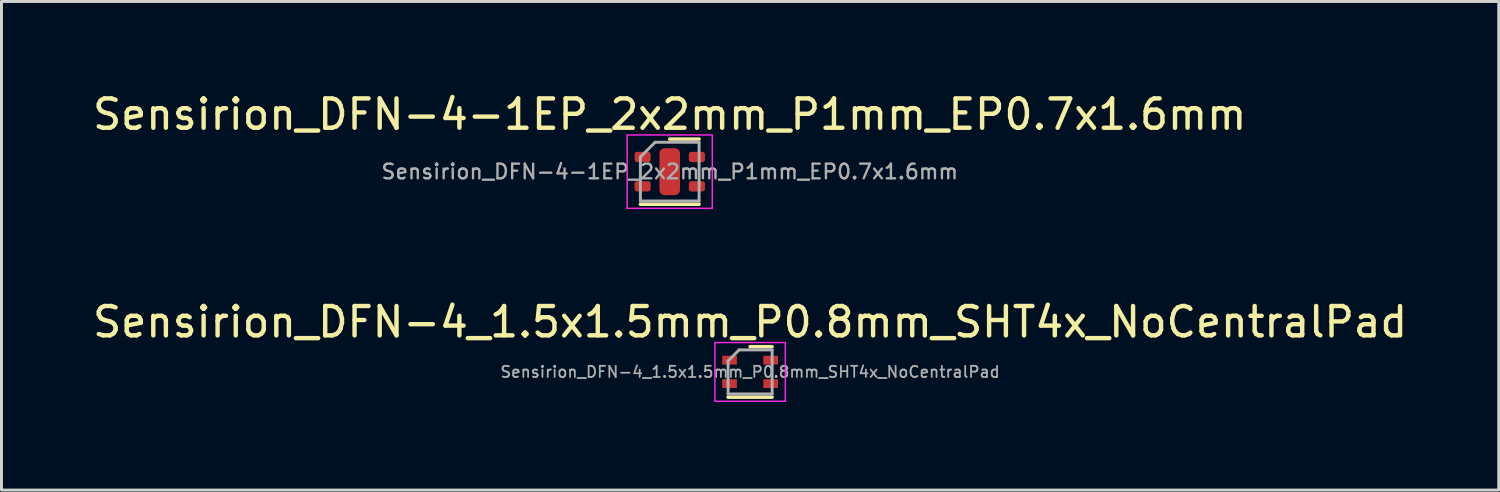
<source format=kicad_pcb>
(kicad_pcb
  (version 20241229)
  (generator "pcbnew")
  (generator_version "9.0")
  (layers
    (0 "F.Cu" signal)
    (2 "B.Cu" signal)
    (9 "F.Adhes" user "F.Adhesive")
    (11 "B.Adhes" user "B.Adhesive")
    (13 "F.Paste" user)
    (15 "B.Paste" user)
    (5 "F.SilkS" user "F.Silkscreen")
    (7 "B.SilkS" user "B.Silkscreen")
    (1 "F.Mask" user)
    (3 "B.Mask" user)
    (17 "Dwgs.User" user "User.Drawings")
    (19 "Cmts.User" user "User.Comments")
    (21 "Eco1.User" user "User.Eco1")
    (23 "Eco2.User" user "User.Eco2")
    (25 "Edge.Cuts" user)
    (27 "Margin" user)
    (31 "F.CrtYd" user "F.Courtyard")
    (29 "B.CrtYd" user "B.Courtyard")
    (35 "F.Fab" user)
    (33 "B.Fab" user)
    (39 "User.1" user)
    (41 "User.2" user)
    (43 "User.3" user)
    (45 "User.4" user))
  (footprint "Sensirion_DFN-4-1EP_2x2mm_P1mm_EP0.7x1.6mm"
    (layer "F.Cu")
    (at 19.768 2.798)
    (property "Reference" "Sensirion_DFN-4-1EP_2x2mm_P1mm_EP0.7x1.6mm" (at 0 -1.95 0) (layer "F.SilkS") (effects (font (size 1 1) (thickness 0.15))))
    (attr smd)
    (fp_line (start -1 1.11) (end 1 1.11) (stroke (width 0.12) (type solid)) (layer "F.SilkS"))
    (fp_line (start 0 -1.11) (end 1 -1.11) (stroke (width 0.12) (type solid)) (layer "F.SilkS"))
    (fp_line (start -1.45 -1.25) (end -1.45 1.25) (stroke (width 0.05) (type solid)) (layer "F.CrtYd"))
    (fp_line (start -1.45 1.25) (end 1.45 1.25) (stroke (width 0.05) (type solid)) (layer "F.CrtYd"))
    (fp_line (start 1.45 -1.25) (end -1.45 -1.25) (stroke (width 0.05) (type solid)) (layer "F.CrtYd"))
    (fp_line (start 1.45 1.25) (end 1.45 -1.25) (stroke (width 0.05) (type solid)) (layer "F.CrtYd"))
    (fp_line (start -1 -0.5) (end -0.5 -1) (stroke (width 0.1) (type solid)) (layer "F.Fab"))
    (fp_line (start -1 1) (end -1 -0.5) (stroke (width 0.1) (type solid)) (layer "F.Fab"))
    (fp_line (start -0.5 -1) (end 1 -1) (stroke (width 0.1) (type solid)) (layer "F.Fab"))
    (fp_line (start 1 -1) (end 1 1) (stroke (width 0.1) (type solid)) (layer "F.Fab"))
    (fp_line (start 1 1) (end -1 1) (stroke (width 0.1) (type solid)) (layer "F.Fab"))
    (fp_text user "${REFERENCE}" (at 0 0 0) (layer "F.Fab") (effects (font (size 0.5 0.5) (thickness 0.08))))
    (pad "" smd roundrect (at -1.025 -0.5) (size 0.55 0.35) (layers "F.Paste") (roundrect_rratio 0.25))
    (pad "" smd roundrect (at -1.025 0.5) (size 0.55 0.35) (layers "F.Paste") (roundrect_rratio 0.25))
    (pad "" smd roundrect (at 0 0) (size 0.5 1.4) (layers "F.Paste") (roundrect_rratio 0.25))
    (pad "" smd roundrect (at 1.025 -0.5 180) (size 0.55 0.35) (layers "F.Paste") (roundrect_rratio 0.25))
    (pad "" smd roundrect (at 1.025 0.5 180) (size 0.55 0.35) (layers "F.Paste") (roundrect_rratio 0.25))
    (pad "1" smd roundrect (at -0.925 -0.5) (size 0.55 0.35) (layers "F.Cu" "F.Mask") (roundrect_rratio 0.25))
    (pad "2" smd roundrect (at -0.925 0.5) (size 0.55 0.35) (layers "F.Cu" "F.Mask") (roundrect_rratio 0.25))
    (pad "3" smd roundrect (at 0.925 0.5) (size 0.55 0.35) (layers "F.Cu" "F.Mask") (roundrect_rratio 0.25))
    (pad "4" smd roundrect (at 0.925 -0.5) (size 0.55 0.35) (layers "F.Cu" "F.Mask") (roundrect_rratio 0.25))
    (pad "5" smd roundrect (at 0 0) (size 0.7 1.6) (layers "F.Cu" "F.Mask") (roundrect_rratio 0.25)))
  (footprint "Sensirion_DFN-4_1.5x1.5mm_P0.8mm_SHT4x_NoCentralPad"
    (layer "F.Cu")
    (at 22.506 9.621)
    (property "Reference" "Sensirion_DFN-4_1.5x1.5mm_P0.8mm_SHT4x_NoCentralPad" (at 0 -1.7 0) (layer "F.SilkS") (effects (font (size 1 1) (thickness 0.15))))
    (attr smd)
    (fp_line (start -0.75 0.86) (end 0.75 0.86) (stroke (width 0.12) (type solid)) (layer "F.SilkS"))
    (fp_line (start 0 -0.86) (end 0.75 -0.86) (stroke (width 0.12) (type solid)) (layer "F.SilkS"))
    (fp_line (start -1.2 -1) (end -1.2 1) (stroke (width 0.05) (type solid)) (layer "F.CrtYd"))
    (fp_line (start -1.2 1) (end 1.2 1) (stroke (width 0.05) (type solid)) (layer "F.CrtYd"))
    (fp_line (start 1.2 -1) (end -1.2 -1) (stroke (width 0.05) (type solid)) (layer "F.CrtYd"))
    (fp_line (start 1.2 1) (end 1.2 -1) (stroke (width 0.05) (type solid)) (layer "F.CrtYd"))
    (fp_line (start -0.75 -0.375) (end -0.375 -0.75) (stroke (width 0.1) (type solid)) (layer "F.Fab"))
    (fp_line (start -0.75 0.75) (end -0.75 -0.375) (stroke (width 0.1) (type solid)) (layer "F.Fab"))
    (fp_line (start -0.375 -0.75) (end 0.75 -0.75) (stroke (width 0.1) (type solid)) (layer "F.Fab"))
    (fp_line (start 0.75 -0.75) (end 0.75 0.75) (stroke (width 0.1) (type solid)) (layer "F.Fab"))
    (fp_line (start 0.75 0.75) (end -0.75 0.75) (stroke (width 0.1) (type solid)) (layer "F.Fab"))
    (fp_text user "${REFERENCE}" (at 0 0 0) (layer "F.Fab") (effects (font (size 0.38 0.38) (thickness 0.06))))
    (pad "1" smd rect (at -0.7 -0.4) (size 0.5 0.3) (layers "F.Cu" "F.Mask" "F.Paste"))
    (pad "2" smd rect (at -0.7 0.4) (size 0.5 0.3) (layers "F.Cu" "F.Mask" "F.Paste"))
    (pad "3" smd rect (at 0.7 0.4) (size 0.5 0.3) (layers "F.Cu" "F.Mask" "F.Paste"))
    (pad "4" smd rect (at 0.7 -0.4) (size 0.5 0.3) (layers "F.Cu" "F.Mask" "F.Paste"))
    (zone (net_name "") (layer "F.Cu") (hatch edge 0.508) (connect_pads) (min_thickness 0.254) (filled_areas_thickness no) (keepout (tracks not_allowed) (vias not_allowed) (pads allowed) (copperpour not_allowed) (footprints allowed)) (placement (enabled no)) (fill) (polygon (pts (xy 23.256 9.072) (xy 22.956 9.072) (xy 22.956 9.371) (xy 23.256 9.371) (xy 23.256 9.871) (xy 22.956 9.871) (xy 22.956 10.171) (xy 23.256 10.171) (xy 23.256 10.371) (xy 21.756 10.371) (xy 21.756 10.171) (xy 22.056 10.171) (xy 22.056 9.871) (xy 21.756 9.871) (xy 21.756 9.371) (xy 22.056 9.371) (xy 22.056 9.072) (xy 21.756 9.072) (xy 21.756 8.871) (xy 23.256 8.871)))))
  (gr_rect
    (start -3 -3)
    (end 48.012 13.646)
    (stroke (width 0.1) (type default))
    (fill no)
    (layer "Edge.Cuts")))
</source>
